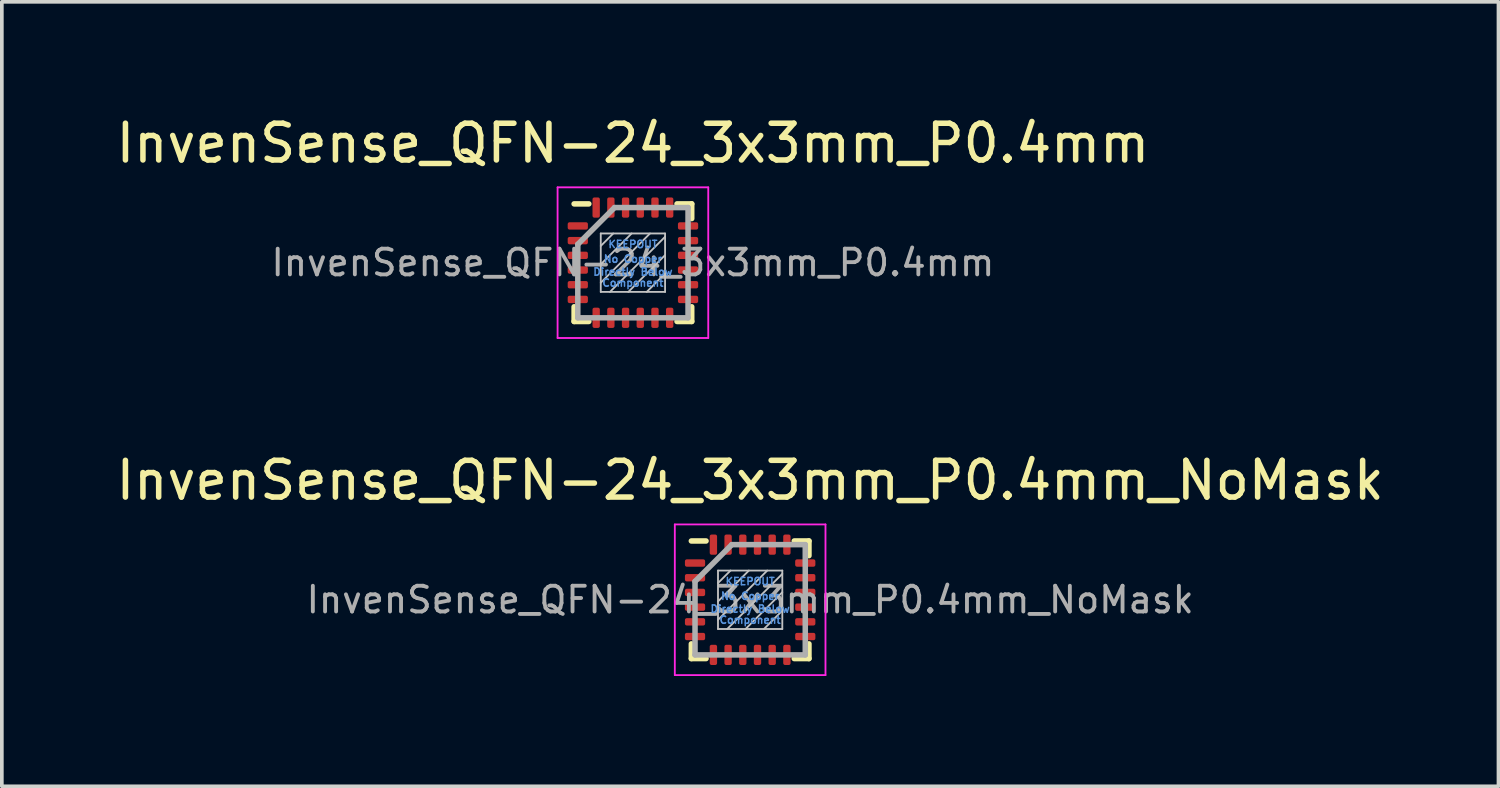
<source format=kicad_pcb>
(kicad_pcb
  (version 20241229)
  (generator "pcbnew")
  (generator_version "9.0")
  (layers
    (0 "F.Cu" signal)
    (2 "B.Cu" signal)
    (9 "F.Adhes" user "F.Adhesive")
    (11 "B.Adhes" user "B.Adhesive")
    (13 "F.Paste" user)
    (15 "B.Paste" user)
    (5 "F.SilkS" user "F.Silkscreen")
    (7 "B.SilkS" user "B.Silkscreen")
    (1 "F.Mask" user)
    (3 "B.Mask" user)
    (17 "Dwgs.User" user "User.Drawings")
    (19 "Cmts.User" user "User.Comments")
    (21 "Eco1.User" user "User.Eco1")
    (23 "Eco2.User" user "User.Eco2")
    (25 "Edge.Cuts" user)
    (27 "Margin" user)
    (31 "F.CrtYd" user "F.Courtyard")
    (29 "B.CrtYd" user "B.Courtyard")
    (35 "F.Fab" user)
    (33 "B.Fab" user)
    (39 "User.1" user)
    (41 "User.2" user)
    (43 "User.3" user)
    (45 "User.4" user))
  (footprint "InvenSense_QFN-24_3x3mm_P0.4mm_NoMask"
    (layer "F.Cu")
    (at 17.363 13.271)
    (property "Reference" "InvenSense_QFN-24_3x3mm_P0.4mm_NoMask" (at 0 -3.25 0) (layer "F.SilkS") (effects (font (size 1 1) (thickness 0.15))))
    (attr smd)
    (fp_line (start -1.6 -1.6) (end -1.2 -1.6) (stroke (width 0.15) (type solid)) (layer "F.SilkS"))
    (fp_line (start -1.6 1.6) (end -1.6 1.2) (stroke (width 0.15) (type solid)) (layer "F.SilkS"))
    (fp_line (start -1.6 1.6) (end -1.2 1.6) (stroke (width 0.15) (type solid)) (layer "F.SilkS"))
    (fp_line (start 1.6 -1.6) (end 1.2 -1.6) (stroke (width 0.15) (type solid)) (layer "F.SilkS"))
    (fp_line (start 1.6 -1.6) (end 1.6 -1.2) (stroke (width 0.15) (type solid)) (layer "F.SilkS"))
    (fp_line (start 1.6 1.6) (end 1.2 1.6) (stroke (width 0.15) (type solid)) (layer "F.SilkS"))
    (fp_line (start 1.6 1.6) (end 1.6 1.2) (stroke (width 0.15) (type solid)) (layer "F.SilkS"))
    (fp_line (start -0.875 -0.795) (end -0.875 0.795) (stroke (width 0.05) (type solid)) (layer "Dwgs.User"))
    (fp_line (start -0.875 -0.795) (end 0.875 -0.795) (stroke (width 0.05) (type solid)) (layer "Dwgs.User"))
    (fp_line (start -0.875 0.795) (end 0.875 0.795) (stroke (width 0.05) (type solid)) (layer "Dwgs.User"))
    (fp_line (start -0.535 -0.795) (end -0.875 -0.455) (stroke (width 0.05) (type solid)) (layer "Dwgs.User"))
    (fp_line (start -0.035 -0.795) (end -0.875 0.045) (stroke (width 0.05) (type solid)) (layer "Dwgs.User"))
    (fp_line (start 0.465 -0.795) (end -0.875 0.545) (stroke (width 0.05) (type solid)) (layer "Dwgs.User"))
    (fp_line (start 0.875 -0.795) (end 0.875 0.795) (stroke (width 0.05) (type solid)) (layer "Dwgs.User"))
    (fp_line (start 0.875 -0.705) (end -0.625 0.795) (stroke (width 0.05) (type solid)) (layer "Dwgs.User"))
    (fp_line (start 0.875 -0.205) (end -0.125 0.795) (stroke (width 0.05) (type solid)) (layer "Dwgs.User"))
    (fp_line (start 0.875 0.295) (end 0.375 0.795) (stroke (width 0.05) (type solid)) (layer "Dwgs.User"))
    (fp_line (start -2.05 -2.05) (end 2.05 -2.05) (stroke (width 0.05) (type solid)) (layer "F.CrtYd"))
    (fp_line (start -2.05 2.05) (end -2.05 -2.05) (stroke (width 0.05) (type solid)) (layer "F.CrtYd"))
    (fp_line (start 2.05 -2.05) (end 2.05 2.05) (stroke (width 0.05) (type solid)) (layer "F.CrtYd"))
    (fp_line (start 2.05 2.05) (end -2.05 2.05) (stroke (width 0.05) (type solid)) (layer "F.CrtYd"))
    (fp_line (start -1.5 -0.5) (end -0.5 -1.5) (stroke (width 0.15) (type solid)) (layer "F.Fab"))
    (fp_line (start -1.5 1.5) (end -1.5 -0.5) (stroke (width 0.15) (type solid)) (layer "F.Fab"))
    (fp_line (start -0.5 -1.5) (end 1.5 -1.5) (stroke (width 0.15) (type solid)) (layer "F.Fab"))
    (fp_line (start 1.5 -1.5) (end 1.5 1.5) (stroke (width 0.15) (type solid)) (layer "F.Fab"))
    (fp_line (start 1.5 1.5) (end -1.5 1.5) (stroke (width 0.15) (type solid)) (layer "F.Fab"))
    (fp_text user "KEEPOUT" (at 0 -0.5 0) (layer "Cmts.User") (effects (font (size 0.2 0.2) (thickness 0.04))))
    (fp_text user "Directly Below" (at 0 0.25 0) (layer "Cmts.User") (effects (font (size 0.2 0.2) (thickness 0.04))))
    (fp_text user "No Copper" (at 0 -0.1 0) (layer "Cmts.User") (effects (font (size 0.2 0.2) (thickness 0.04))))
    (fp_text user "Component" (at 0 0.55 0) (layer "Cmts.User") (effects (font (size 0.2 0.2) (thickness 0.04))))
    (fp_text user "${REFERENCE}" (at 0 0 0) (layer "F.Fab") (effects (font (size 0.7 0.7) (thickness 0.105))))
    (pad "" smd roundrect (at 0 0) (size 1.75 1.59) (layers "F.Mask") (roundrect_rratio 0.15))
    (pad "1" smd roundrect (at -1.5 -1) (size 0.55 0.2) (layers "F.Cu" "F.Mask" "F.Paste") (roundrect_rratio 0.25))
    (pad "2" smd roundrect (at -1.5 -0.6) (size 0.55 0.2) (layers "F.Cu" "F.Mask" "F.Paste") (roundrect_rratio 0.25))
    (pad "3" smd roundrect (at -1.5 -0.2) (size 0.55 0.2) (layers "F.Cu" "F.Mask" "F.Paste") (roundrect_rratio 0.25))
    (pad "4" smd roundrect (at -1.5 0.2) (size 0.55 0.2) (layers "F.Cu" "F.Mask" "F.Paste") (roundrect_rratio 0.25))
    (pad "5" smd roundrect (at -1.5 0.6) (size 0.55 0.2) (layers "F.Cu" "F.Mask" "F.Paste") (roundrect_rratio 0.25))
    (pad "6" smd roundrect (at -1.5 1) (size 0.55 0.2) (layers "F.Cu" "F.Mask" "F.Paste") (roundrect_rratio 0.25))
    (pad "7" smd roundrect (at -1 1.5 90) (size 0.55 0.2) (layers "F.Cu" "F.Mask" "F.Paste") (roundrect_rratio 0.25))
    (pad "8" smd roundrect (at -0.6 1.5 90) (size 0.55 0.2) (layers "F.Cu" "F.Mask" "F.Paste") (roundrect_rratio 0.25))
    (pad "9" smd roundrect (at -0.2 1.5 90) (size 0.55 0.2) (layers "F.Cu" "F.Mask" "F.Paste") (roundrect_rratio 0.25))
    (pad "10" smd roundrect (at 0.2 1.5 90) (size 0.55 0.2) (layers "F.Cu" "F.Mask" "F.Paste") (roundrect_rratio 0.25))
    (pad "11" smd roundrect (at 0.6 1.5 90) (size 0.55 0.2) (layers "F.Cu" "F.Mask" "F.Paste") (roundrect_rratio 0.25))
    (pad "12" smd roundrect (at 1 1.5 90) (size 0.55 0.2) (layers "F.Cu" "F.Mask" "F.Paste") (roundrect_rratio 0.25))
    (pad "13" smd roundrect (at 1.5 1) (size 0.55 0.2) (layers "F.Cu" "F.Mask" "F.Paste") (roundrect_rratio 0.25))
    (pad "14" smd roundrect (at 1.5 0.6) (size 0.55 0.2) (layers "F.Cu" "F.Mask" "F.Paste") (roundrect_rratio 0.25))
    (pad "15" smd roundrect (at 1.5 0.2) (size 0.55 0.2) (layers "F.Cu" "F.Mask" "F.Paste") (roundrect_rratio 0.25))
    (pad "16" smd roundrect (at 1.5 -0.2) (size 0.55 0.2) (layers "F.Cu" "F.Mask" "F.Paste") (roundrect_rratio 0.25))
    (pad "17" smd roundrect (at 1.5 -0.6) (size 0.55 0.2) (layers "F.Cu" "F.Mask" "F.Paste") (roundrect_rratio 0.25))
    (pad "18" smd roundrect (at 1.5 -1) (size 0.55 0.2) (layers "F.Cu" "F.Mask" "F.Paste") (roundrect_rratio 0.25))
    (pad "19" smd roundrect (at 1 -1.5 90) (size 0.55 0.2) (layers "F.Cu" "F.Mask" "F.Paste") (roundrect_rratio 0.25))
    (pad "20" smd roundrect (at 0.6 -1.5 90) (size 0.55 0.2) (layers "F.Cu" "F.Mask" "F.Paste") (roundrect_rratio 0.25))
    (pad "21" smd roundrect (at 0.2 -1.5 90) (size 0.55 0.2) (layers "F.Cu" "F.Mask" "F.Paste") (roundrect_rratio 0.25))
    (pad "22" smd roundrect (at -0.2 -1.5 90) (size 0.55 0.2) (layers "F.Cu" "F.Mask" "F.Paste") (roundrect_rratio 0.25))
    (pad "23" smd roundrect (at -0.6 -1.5 90) (size 0.55 0.2) (layers "F.Cu" "F.Mask" "F.Paste") (roundrect_rratio 0.25))
    (pad "24" smd roundrect (at -1 -1.5 90) (size 0.55 0.2) (layers "F.Cu" "F.Mask" "F.Paste") (roundrect_rratio 0.25)))
  (footprint "InvenSense_QFN-24_3x3mm_P0.4mm"
    (layer "F.Cu")
    (at 14.173 4.098)
    (property "Reference" "InvenSense_QFN-24_3x3mm_P0.4mm" (at 0 -3.25 0) (layer "F.SilkS") (effects (font (size 1 1) (thickness 0.15))))
    (attr smd)
    (fp_line (start -1.6 -1.6) (end -1.2 -1.6) (stroke (width 0.15) (type solid)) (layer "F.SilkS"))
    (fp_line (start -1.6 1.6) (end -1.6 1.2) (stroke (width 0.15) (type solid)) (layer "F.SilkS"))
    (fp_line (start -1.6 1.6) (end -1.2 1.6) (stroke (width 0.15) (type solid)) (layer "F.SilkS"))
    (fp_line (start 1.6 -1.6) (end 1.2 -1.6) (stroke (width 0.15) (type solid)) (layer "F.SilkS"))
    (fp_line (start 1.6 -1.6) (end 1.6 -1.2) (stroke (width 0.15) (type solid)) (layer "F.SilkS"))
    (fp_line (start 1.6 1.6) (end 1.2 1.6) (stroke (width 0.15) (type solid)) (layer "F.SilkS"))
    (fp_line (start 1.6 1.6) (end 1.6 1.2) (stroke (width 0.15) (type solid)) (layer "F.SilkS"))
    (fp_line (start -0.875 -0.795) (end -0.875 0.795) (stroke (width 0.05) (type solid)) (layer "Dwgs.User"))
    (fp_line (start -0.875 -0.795) (end 0.875 -0.795) (stroke (width 0.05) (type solid)) (layer "Dwgs.User"))
    (fp_line (start -0.875 0.795) (end 0.875 0.795) (stroke (width 0.05) (type solid)) (layer "Dwgs.User"))
    (fp_line (start -0.535 -0.795) (end -0.875 -0.455) (stroke (width 0.05) (type solid)) (layer "Dwgs.User"))
    (fp_line (start -0.035 -0.795) (end -0.875 0.045) (stroke (width 0.05) (type solid)) (layer "Dwgs.User"))
    (fp_line (start 0.465 -0.795) (end -0.875 0.545) (stroke (width 0.05) (type solid)) (layer "Dwgs.User"))
    (fp_line (start 0.875 -0.795) (end 0.875 0.795) (stroke (width 0.05) (type solid)) (layer "Dwgs.User"))
    (fp_line (start 0.875 -0.705) (end -0.625 0.795) (stroke (width 0.05) (type solid)) (layer "Dwgs.User"))
    (fp_line (start 0.875 -0.205) (end -0.125 0.795) (stroke (width 0.05) (type solid)) (layer "Dwgs.User"))
    (fp_line (start 0.875 0.295) (end 0.375 0.795) (stroke (width 0.05) (type solid)) (layer "Dwgs.User"))
    (fp_line (start -2.05 -2.05) (end 2.05 -2.05) (stroke (width 0.05) (type solid)) (layer "F.CrtYd"))
    (fp_line (start -2.05 2.05) (end -2.05 -2.05) (stroke (width 0.05) (type solid)) (layer "F.CrtYd"))
    (fp_line (start 2.05 -2.05) (end 2.05 2.05) (stroke (width 0.05) (type solid)) (layer "F.CrtYd"))
    (fp_line (start 2.05 2.05) (end -2.05 2.05) (stroke (width 0.05) (type solid)) (layer "F.CrtYd"))
    (fp_line (start -1.5 -0.5) (end -0.5 -1.5) (stroke (width 0.15) (type solid)) (layer "F.Fab"))
    (fp_line (start -1.5 1.5) (end -1.5 -0.5) (stroke (width 0.15) (type solid)) (layer "F.Fab"))
    (fp_line (start -0.5 -1.5) (end 1.5 -1.5) (stroke (width 0.15) (type solid)) (layer "F.Fab"))
    (fp_line (start 1.5 -1.5) (end 1.5 1.5) (stroke (width 0.15) (type solid)) (layer "F.Fab"))
    (fp_line (start 1.5 1.5) (end -1.5 1.5) (stroke (width 0.15) (type solid)) (layer "F.Fab"))
    (fp_text user "Component" (at 0 0.55 0) (layer "Cmts.User") (effects (font (size 0.2 0.2) (thickness 0.04))))
    (fp_text user "No Copper" (at 0 -0.1 0) (layer "Cmts.User") (effects (font (size 0.2 0.2) (thickness 0.04))))
    (fp_text user "Directly Below" (at 0 0.25 0) (layer "Cmts.User") (effects (font (size 0.2 0.2) (thickness 0.04))))
    (fp_text user "KEEPOUT" (at 0 -0.5 0) (layer "Cmts.User") (effects (font (size 0.2 0.2) (thickness 0.04))))
    (fp_text user "${REFERENCE}" (at 0 0 0) (layer "F.Fab") (effects (font (size 0.7 0.7) (thickness 0.105))))
    (pad "1" smd roundrect (at -1.5 -1) (size 0.55 0.2) (layers "F.Cu" "F.Mask" "F.Paste") (roundrect_rratio 0.25))
    (pad "2" smd roundrect (at -1.5 -0.6) (size 0.55 0.2) (layers "F.Cu" "F.Mask" "F.Paste") (roundrect_rratio 0.25))
    (pad "3" smd roundrect (at -1.5 -0.2) (size 0.55 0.2) (layers "F.Cu" "F.Mask" "F.Paste") (roundrect_rratio 0.25))
    (pad "4" smd roundrect (at -1.5 0.2) (size 0.55 0.2) (layers "F.Cu" "F.Mask" "F.Paste") (roundrect_rratio 0.25))
    (pad "5" smd roundrect (at -1.5 0.6) (size 0.55 0.2) (layers "F.Cu" "F.Mask" "F.Paste") (roundrect_rratio 0.25))
    (pad "6" smd roundrect (at -1.5 1) (size 0.55 0.2) (layers "F.Cu" "F.Mask" "F.Paste") (roundrect_rratio 0.25))
    (pad "7" smd roundrect (at -1 1.5 90) (size 0.55 0.2) (layers "F.Cu" "F.Mask" "F.Paste") (roundrect_rratio 0.25))
    (pad "8" smd roundrect (at -0.6 1.5 90) (size 0.55 0.2) (layers "F.Cu" "F.Mask" "F.Paste") (roundrect_rratio 0.25))
    (pad "9" smd roundrect (at -0.2 1.5 90) (size 0.55 0.2) (layers "F.Cu" "F.Mask" "F.Paste") (roundrect_rratio 0.25))
    (pad "10" smd roundrect (at 0.2 1.5 90) (size 0.55 0.2) (layers "F.Cu" "F.Mask" "F.Paste") (roundrect_rratio 0.25))
    (pad "11" smd roundrect (at 0.6 1.5 90) (size 0.55 0.2) (layers "F.Cu" "F.Mask" "F.Paste") (roundrect_rratio 0.25))
    (pad "12" smd roundrect (at 1 1.5 90) (size 0.55 0.2) (layers "F.Cu" "F.Mask" "F.Paste") (roundrect_rratio 0.25))
    (pad "13" smd roundrect (at 1.5 1) (size 0.55 0.2) (layers "F.Cu" "F.Mask" "F.Paste") (roundrect_rratio 0.25))
    (pad "14" smd roundrect (at 1.5 0.6) (size 0.55 0.2) (layers "F.Cu" "F.Mask" "F.Paste") (roundrect_rratio 0.25))
    (pad "15" smd roundrect (at 1.5 0.2) (size 0.55 0.2) (layers "F.Cu" "F.Mask" "F.Paste") (roundrect_rratio 0.25))
    (pad "16" smd roundrect (at 1.5 -0.2) (size 0.55 0.2) (layers "F.Cu" "F.Mask" "F.Paste") (roundrect_rratio 0.25))
    (pad "17" smd roundrect (at 1.5 -0.6) (size 0.55 0.2) (layers "F.Cu" "F.Mask" "F.Paste") (roundrect_rratio 0.25))
    (pad "18" smd roundrect (at 1.5 -1) (size 0.55 0.2) (layers "F.Cu" "F.Mask" "F.Paste") (roundrect_rratio 0.25))
    (pad "19" smd roundrect (at 1 -1.5 90) (size 0.55 0.2) (layers "F.Cu" "F.Mask" "F.Paste") (roundrect_rratio 0.25))
    (pad "20" smd roundrect (at 0.6 -1.5 90) (size 0.55 0.2) (layers "F.Cu" "F.Mask" "F.Paste") (roundrect_rratio 0.25))
    (pad "21" smd roundrect (at 0.2 -1.5 90) (size 0.55 0.2) (layers "F.Cu" "F.Mask" "F.Paste") (roundrect_rratio 0.25))
    (pad "22" smd roundrect (at -0.2 -1.5 90) (size 0.55 0.2) (layers "F.Cu" "F.Mask" "F.Paste") (roundrect_rratio 0.25))
    (pad "23" smd roundrect (at -0.6 -1.5 90) (size 0.55 0.2) (layers "F.Cu" "F.Mask" "F.Paste") (roundrect_rratio 0.25))
    (pad "24" smd roundrect (at -1 -1.5 90) (size 0.55 0.2) (layers "F.Cu" "F.Mask" "F.Paste") (roundrect_rratio 0.25)))
  (gr_rect
    (start -3 -3)
    (end 37.726 18.346)
    (stroke (width 0.1) (type default))
    (fill no)
    (layer "Edge.Cuts")))
</source>
